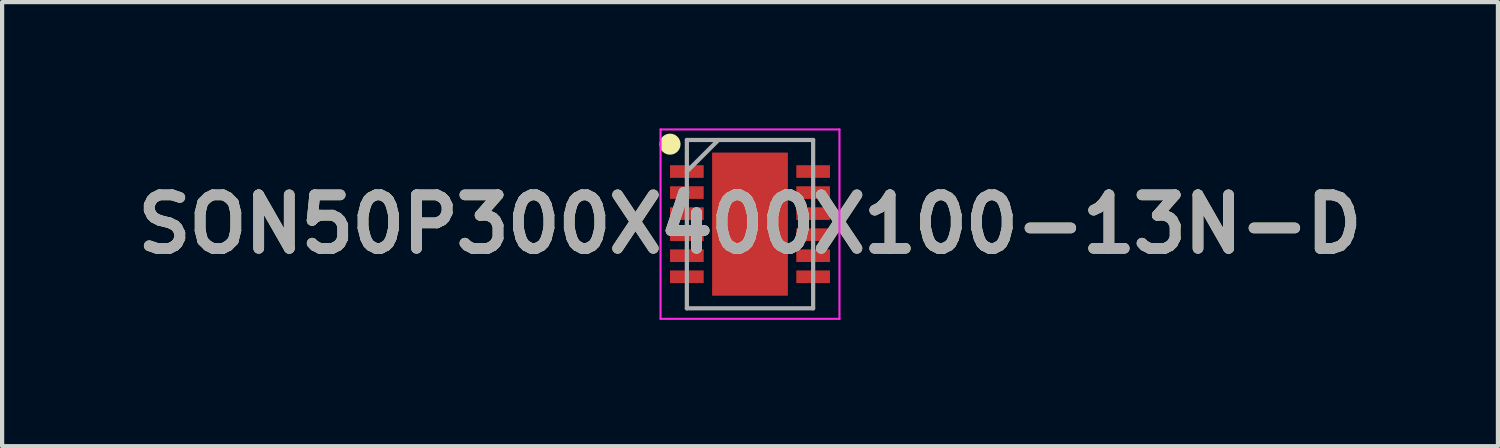
<source format=kicad_pcb>
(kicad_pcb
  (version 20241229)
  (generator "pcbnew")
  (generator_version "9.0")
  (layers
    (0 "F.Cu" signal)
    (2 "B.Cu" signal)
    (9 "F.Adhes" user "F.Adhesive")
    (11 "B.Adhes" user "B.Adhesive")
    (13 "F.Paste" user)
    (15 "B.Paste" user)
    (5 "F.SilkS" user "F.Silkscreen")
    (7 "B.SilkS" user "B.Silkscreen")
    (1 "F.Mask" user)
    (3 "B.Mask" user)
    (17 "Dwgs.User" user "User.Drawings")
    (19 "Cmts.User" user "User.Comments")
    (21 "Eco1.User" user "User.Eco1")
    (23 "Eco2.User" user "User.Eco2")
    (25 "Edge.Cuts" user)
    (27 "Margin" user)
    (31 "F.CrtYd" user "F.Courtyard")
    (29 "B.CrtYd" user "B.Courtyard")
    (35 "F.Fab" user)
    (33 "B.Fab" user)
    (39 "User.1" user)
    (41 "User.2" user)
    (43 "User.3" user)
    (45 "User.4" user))
  (footprint "SON50P300X400X100-13N-D"
    (layer "F.Cu")
    (at 14.768 2.275)
    (property "Reference" "SON50P300X400X100-13N-D" (at 0 0 0) (layer "F.SilkS") (effects (font (size 1.27 1.27) (thickness 0.254))))
    (attr smd)
    (fp_circle (center -1.9 -1.9) (end -1.9 -1.775) (stroke (width 0.25) (type solid)) (fill no) (layer "F.SilkS"))
    (fp_line (start -2.125 -2.25) (end 2.125 -2.25) (stroke (width 0.05) (type solid)) (layer "F.CrtYd"))
    (fp_line (start -2.125 2.25) (end -2.125 -2.25) (stroke (width 0.05) (type solid)) (layer "F.CrtYd"))
    (fp_line (start 2.125 -2.25) (end 2.125 2.25) (stroke (width 0.05) (type solid)) (layer "F.CrtYd"))
    (fp_line (start 2.125 2.25) (end -2.125 2.25) (stroke (width 0.05) (type solid)) (layer "F.CrtYd"))
    (fp_line (start -1.5 -2) (end 1.5 -2) (stroke (width 0.1) (type solid)) (layer "F.Fab"))
    (fp_line (start -1.5 -1.25) (end -0.75 -2) (stroke (width 0.1) (type solid)) (layer "F.Fab"))
    (fp_line (start -1.5 2) (end -1.5 -2) (stroke (width 0.1) (type solid)) (layer "F.Fab"))
    (fp_line (start 1.5 -2) (end 1.5 2) (stroke (width 0.1) (type solid)) (layer "F.Fab"))
    (fp_line (start 1.5 2) (end -1.5 2) (stroke (width 0.1) (type solid)) (layer "F.Fab"))
    (fp_text user "${REFERENCE}" (at 0 0 0) (layer "F.Fab") (effects (font (size 1.27 1.27) (thickness 0.254))))
    (pad "1" smd rect (at -1.5 -1.25 90) (size 0.3 0.8) (layers "F.Cu" "F.Mask" "F.Paste"))
    (pad "2" smd rect (at -1.5 -0.75 90) (size 0.3 0.8) (layers "F.Cu" "F.Mask" "F.Paste"))
    (pad "3" smd rect (at -1.5 -0.25 90) (size 0.3 0.8) (layers "F.Cu" "F.Mask" "F.Paste"))
    (pad "4" smd rect (at -1.5 0.25 90) (size 0.3 0.8) (layers "F.Cu" "F.Mask" "F.Paste"))
    (pad "5" smd rect (at -1.5 0.75 90) (size 0.3 0.8) (layers "F.Cu" "F.Mask" "F.Paste"))
    (pad "6" smd rect (at -1.5 1.25 90) (size 0.3 0.8) (layers "F.Cu" "F.Mask" "F.Paste"))
    (pad "7" smd rect (at 1.5 1.25 90) (size 0.3 0.8) (layers "F.Cu" "F.Mask" "F.Paste"))
    (pad "8" smd rect (at 1.5 0.75 90) (size 0.3 0.8) (layers "F.Cu" "F.Mask" "F.Paste"))
    (pad "9" smd rect (at 1.5 0.25 90) (size 0.3 0.8) (layers "F.Cu" "F.Mask" "F.Paste"))
    (pad "10" smd rect (at 1.5 -0.25 90) (size 0.3 0.8) (layers "F.Cu" "F.Mask" "F.Paste"))
    (pad "11" smd rect (at 1.5 -0.75 90) (size 0.3 0.8) (layers "F.Cu" "F.Mask" "F.Paste"))
    (pad "12" smd rect (at 1.5 -1.25 90) (size 0.3 0.8) (layers "F.Cu" "F.Mask" "F.Paste"))
    (pad "13" smd rect (at 0 0) (size 1.8 3.4) (layers "F.Cu" "F.Mask" "F.Paste")))
  (gr_rect
    (start -3 -3)
    (end 32.537 7.55)
    (stroke (width 0.1) (type default))
    (fill no)
    (layer "Edge.Cuts")))
</source>
